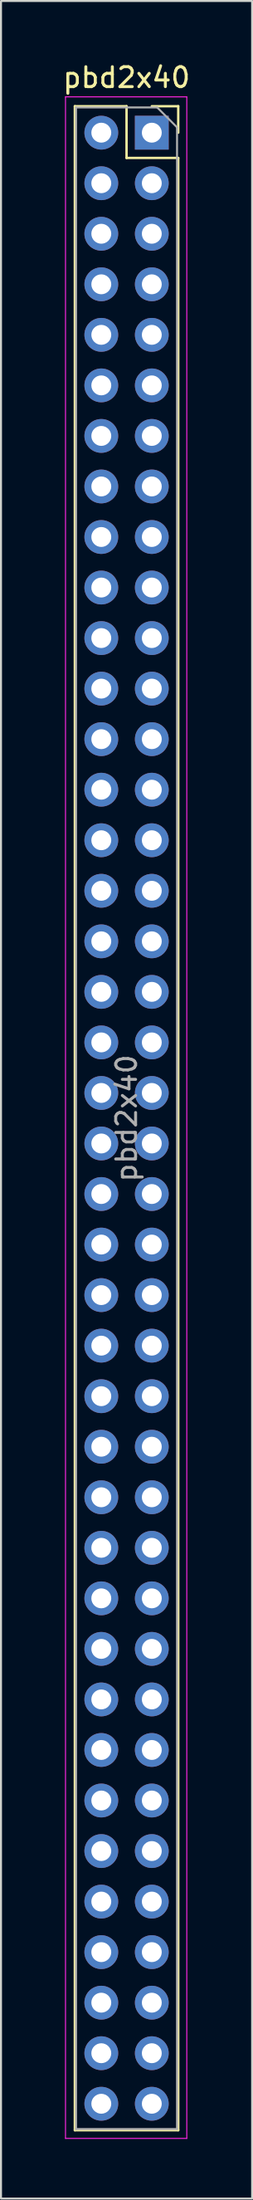
<source format=kicad_pcb>
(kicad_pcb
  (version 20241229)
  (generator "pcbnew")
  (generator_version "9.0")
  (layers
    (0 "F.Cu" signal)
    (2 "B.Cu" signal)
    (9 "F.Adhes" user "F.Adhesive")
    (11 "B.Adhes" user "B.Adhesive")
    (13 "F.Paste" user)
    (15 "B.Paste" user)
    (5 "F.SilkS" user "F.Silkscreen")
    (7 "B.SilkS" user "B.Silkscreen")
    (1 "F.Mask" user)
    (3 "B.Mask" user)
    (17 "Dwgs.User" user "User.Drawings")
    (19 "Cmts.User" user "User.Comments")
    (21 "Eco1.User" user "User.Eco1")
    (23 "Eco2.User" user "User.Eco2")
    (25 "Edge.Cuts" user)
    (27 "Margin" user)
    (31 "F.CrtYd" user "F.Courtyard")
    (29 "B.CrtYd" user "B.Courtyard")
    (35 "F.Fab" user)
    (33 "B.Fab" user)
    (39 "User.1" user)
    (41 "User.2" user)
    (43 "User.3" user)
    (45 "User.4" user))
  (footprint "pbd2x40"
    (layer "F.Cu")
    (at 4.585 3.618)
    (property "Reference" "pbd2x40" (at -1.27 -2.77 0) (layer "F.SilkS") (effects (font (size 1 1) (thickness 0.15))))
    (attr through_hole)
    (fp_line (start -3.87 -1.33) (end -3.87 100.39) (stroke (width 0.12) (type solid)) (layer "F.SilkS"))
    (fp_line (start -3.87 -1.33) (end -1.27 -1.33) (stroke (width 0.12) (type solid)) (layer "F.SilkS"))
    (fp_line (start -3.87 100.39) (end 1.33 100.39) (stroke (width 0.12) (type solid)) (layer "F.SilkS"))
    (fp_line (start -1.27 -1.33) (end -1.27 1.27) (stroke (width 0.12) (type solid)) (layer "F.SilkS"))
    (fp_line (start -1.27 1.27) (end 1.33 1.27) (stroke (width 0.12) (type solid)) (layer "F.SilkS"))
    (fp_line (start 0 -1.33) (end 1.33 -1.33) (stroke (width 0.12) (type solid)) (layer "F.SilkS"))
    (fp_line (start 1.33 -1.33) (end 1.33 0) (stroke (width 0.12) (type solid)) (layer "F.SilkS"))
    (fp_line (start 1.33 1.27) (end 1.33 100.39) (stroke (width 0.12) (type solid)) (layer "F.SilkS"))
    (fp_line (start -4.34 -1.8) (end 1.76 -1.8) (stroke (width 0.05) (type solid)) (layer "F.CrtYd"))
    (fp_line (start -4.34 100.8) (end -4.34 -1.8) (stroke (width 0.05) (type solid)) (layer "F.CrtYd"))
    (fp_line (start 1.76 -1.8) (end 1.76 100.8) (stroke (width 0.05) (type solid)) (layer "F.CrtYd"))
    (fp_line (start 1.76 100.8) (end -4.34 100.8) (stroke (width 0.05) (type solid)) (layer "F.CrtYd"))
    (fp_line (start -3.81 -1.27) (end 0.27 -1.27) (stroke (width 0.1) (type solid)) (layer "F.Fab"))
    (fp_line (start -3.81 100.33) (end -3.81 -1.27) (stroke (width 0.1) (type solid)) (layer "F.Fab"))
    (fp_line (start 0.27 -1.27) (end 1.27 -0.27) (stroke (width 0.1) (type solid)) (layer "F.Fab"))
    (fp_line (start 1.27 -0.27) (end 1.27 100.33) (stroke (width 0.1) (type solid)) (layer "F.Fab"))
    (fp_line (start 1.27 100.33) (end -3.81 100.33) (stroke (width 0.1) (type solid)) (layer "F.Fab"))
    (fp_text user "${REFERENCE}" (at -1.27 49.53 90) (layer "F.Fab") (effects (font (size 1 1) (thickness 0.15))))
    (pad "1" thru_hole rect (at 0 0) (size 1.7 1.7) (drill 1) (layers "*.Cu" "*.Mask"))
    (pad "2" thru_hole oval (at -2.54 0) (size 1.7 1.7) (drill 1) (layers "*.Cu" "*.Mask"))
    (pad "3" thru_hole oval (at 0 2.54) (size 1.7 1.7) (drill 1) (layers "*.Cu" "*.Mask"))
    (pad "4" thru_hole oval (at -2.54 2.54) (size 1.7 1.7) (drill 1) (layers "*.Cu" "*.Mask"))
    (pad "5" thru_hole oval (at 0 5.08) (size 1.7 1.7) (drill 1) (layers "*.Cu" "*.Mask"))
    (pad "6" thru_hole oval (at -2.54 5.08) (size 1.7 1.7) (drill 1) (layers "*.Cu" "*.Mask"))
    (pad "7" thru_hole oval (at 0 7.62) (size 1.7 1.7) (drill 1) (layers "*.Cu" "*.Mask"))
    (pad "8" thru_hole oval (at -2.54 7.62) (size 1.7 1.7) (drill 1) (layers "*.Cu" "*.Mask"))
    (pad "9" thru_hole oval (at 0 10.16) (size 1.7 1.7) (drill 1) (layers "*.Cu" "*.Mask"))
    (pad "10" thru_hole oval (at -2.54 10.16) (size 1.7 1.7) (drill 1) (layers "*.Cu" "*.Mask"))
    (pad "11" thru_hole oval (at 0 12.7) (size 1.7 1.7) (drill 1) (layers "*.Cu" "*.Mask"))
    (pad "12" thru_hole oval (at -2.54 12.7) (size 1.7 1.7) (drill 1) (layers "*.Cu" "*.Mask"))
    (pad "13" thru_hole oval (at 0 15.24) (size 1.7 1.7) (drill 1) (layers "*.Cu" "*.Mask"))
    (pad "14" thru_hole oval (at -2.54 15.24) (size 1.7 1.7) (drill 1) (layers "*.Cu" "*.Mask"))
    (pad "15" thru_hole oval (at 0 17.78) (size 1.7 1.7) (drill 1) (layers "*.Cu" "*.Mask"))
    (pad "16" thru_hole oval (at -2.54 17.78) (size 1.7 1.7) (drill 1) (layers "*.Cu" "*.Mask"))
    (pad "17" thru_hole oval (at 0 20.32) (size 1.7 1.7) (drill 1) (layers "*.Cu" "*.Mask"))
    (pad "18" thru_hole oval (at -2.54 20.32) (size 1.7 1.7) (drill 1) (layers "*.Cu" "*.Mask"))
    (pad "19" thru_hole oval (at 0 22.86) (size 1.7 1.7) (drill 1) (layers "*.Cu" "*.Mask"))
    (pad "20" thru_hole oval (at -2.54 22.86) (size 1.7 1.7) (drill 1) (layers "*.Cu" "*.Mask"))
    (pad "21" thru_hole oval (at 0 25.4) (size 1.7 1.7) (drill 1) (layers "*.Cu" "*.Mask"))
    (pad "22" thru_hole oval (at -2.54 25.4) (size 1.7 1.7) (drill 1) (layers "*.Cu" "*.Mask"))
    (pad "23" thru_hole oval (at 0 27.94) (size 1.7 1.7) (drill 1) (layers "*.Cu" "*.Mask"))
    (pad "24" thru_hole oval (at -2.54 27.94) (size 1.7 1.7) (drill 1) (layers "*.Cu" "*.Mask"))
    (pad "25" thru_hole oval (at 0 30.48) (size 1.7 1.7) (drill 1) (layers "*.Cu" "*.Mask"))
    (pad "26" thru_hole oval (at -2.54 30.48) (size 1.7 1.7) (drill 1) (layers "*.Cu" "*.Mask"))
    (pad "27" thru_hole oval (at 0 33.02) (size 1.7 1.7) (drill 1) (layers "*.Cu" "*.Mask"))
    (pad "28" thru_hole oval (at -2.54 33.02) (size 1.7 1.7) (drill 1) (layers "*.Cu" "*.Mask"))
    (pad "29" thru_hole oval (at 0 35.56) (size 1.7 1.7) (drill 1) (layers "*.Cu" "*.Mask"))
    (pad "30" thru_hole oval (at -2.54 35.56) (size 1.7 1.7) (drill 1) (layers "*.Cu" "*.Mask"))
    (pad "31" thru_hole oval (at 0 38.1) (size 1.7 1.7) (drill 1) (layers "*.Cu" "*.Mask"))
    (pad "32" thru_hole oval (at -2.54 38.1) (size 1.7 1.7) (drill 1) (layers "*.Cu" "*.Mask"))
    (pad "33" thru_hole oval (at 0 40.64) (size 1.7 1.7) (drill 1) (layers "*.Cu" "*.Mask"))
    (pad "34" thru_hole oval (at -2.54 40.64) (size 1.7 1.7) (drill 1) (layers "*.Cu" "*.Mask"))
    (pad "35" thru_hole oval (at 0 43.18) (size 1.7 1.7) (drill 1) (layers "*.Cu" "*.Mask"))
    (pad "36" thru_hole oval (at -2.54 43.18) (size 1.7 1.7) (drill 1) (layers "*.Cu" "*.Mask"))
    (pad "37" thru_hole oval (at 0 45.72) (size 1.7 1.7) (drill 1) (layers "*.Cu" "*.Mask"))
    (pad "38" thru_hole oval (at -2.54 45.72) (size 1.7 1.7) (drill 1) (layers "*.Cu" "*.Mask"))
    (pad "39" thru_hole oval (at 0 48.26) (size 1.7 1.7) (drill 1) (layers "*.Cu" "*.Mask"))
    (pad "40" thru_hole oval (at -2.54 48.26) (size 1.7 1.7) (drill 1) (layers "*.Cu" "*.Mask"))
    (pad "41" thru_hole oval (at 0 50.8) (size 1.7 1.7) (drill 1) (layers "*.Cu" "*.Mask"))
    (pad "42" thru_hole oval (at -2.54 50.8) (size 1.7 1.7) (drill 1) (layers "*.Cu" "*.Mask"))
    (pad "43" thru_hole oval (at 0 53.34) (size 1.7 1.7) (drill 1) (layers "*.Cu" "*.Mask"))
    (pad "44" thru_hole oval (at -2.54 53.34) (size 1.7 1.7) (drill 1) (layers "*.Cu" "*.Mask"))
    (pad "45" thru_hole oval (at 0 55.88) (size 1.7 1.7) (drill 1) (layers "*.Cu" "*.Mask"))
    (pad "46" thru_hole oval (at -2.54 55.88) (size 1.7 1.7) (drill 1) (layers "*.Cu" "*.Mask"))
    (pad "47" thru_hole oval (at 0 58.42) (size 1.7 1.7) (drill 1) (layers "*.Cu" "*.Mask"))
    (pad "48" thru_hole oval (at -2.54 58.42) (size 1.7 1.7) (drill 1) (layers "*.Cu" "*.Mask"))
    (pad "49" thru_hole oval (at 0 60.96) (size 1.7 1.7) (drill 1) (layers "*.Cu" "*.Mask"))
    (pad "50" thru_hole oval (at -2.54 60.96) (size 1.7 1.7) (drill 1) (layers "*.Cu" "*.Mask"))
    (pad "51" thru_hole oval (at 0 63.5) (size 1.7 1.7) (drill 1) (layers "*.Cu" "*.Mask"))
    (pad "52" thru_hole oval (at -2.54 63.5) (size 1.7 1.7) (drill 1) (layers "*.Cu" "*.Mask"))
    (pad "53" thru_hole oval (at 0 66.04) (size 1.7 1.7) (drill 1) (layers "*.Cu" "*.Mask"))
    (pad "54" thru_hole oval (at -2.54 66.04) (size 1.7 1.7) (drill 1) (layers "*.Cu" "*.Mask"))
    (pad "55" thru_hole oval (at 0 68.58) (size 1.7 1.7) (drill 1) (layers "*.Cu" "*.Mask"))
    (pad "56" thru_hole oval (at -2.54 68.58) (size 1.7 1.7) (drill 1) (layers "*.Cu" "*.Mask"))
    (pad "57" thru_hole oval (at 0 71.12) (size 1.7 1.7) (drill 1) (layers "*.Cu" "*.Mask"))
    (pad "58" thru_hole oval (at -2.54 71.12) (size 1.7 1.7) (drill 1) (layers "*.Cu" "*.Mask"))
    (pad "59" thru_hole oval (at 0 73.66) (size 1.7 1.7) (drill 1) (layers "*.Cu" "*.Mask"))
    (pad "60" thru_hole oval (at -2.54 73.66) (size 1.7 1.7) (drill 1) (layers "*.Cu" "*.Mask"))
    (pad "61" thru_hole oval (at 0 76.2) (size 1.7 1.7) (drill 1) (layers "*.Cu" "*.Mask"))
    (pad "62" thru_hole oval (at -2.54 76.2) (size 1.7 1.7) (drill 1) (layers "*.Cu" "*.Mask"))
    (pad "63" thru_hole oval (at 0 78.74) (size 1.7 1.7) (drill 1) (layers "*.Cu" "*.Mask"))
    (pad "64" thru_hole oval (at -2.54 78.74) (size 1.7 1.7) (drill 1) (layers "*.Cu" "*.Mask"))
    (pad "65" thru_hole oval (at 0 81.28) (size 1.7 1.7) (drill 1) (layers "*.Cu" "*.Mask"))
    (pad "66" thru_hole oval (at -2.54 81.28) (size 1.7 1.7) (drill 1) (layers "*.Cu" "*.Mask"))
    (pad "67" thru_hole oval (at 0 83.82) (size 1.7 1.7) (drill 1) (layers "*.Cu" "*.Mask"))
    (pad "68" thru_hole oval (at -2.54 83.82) (size 1.7 1.7) (drill 1) (layers "*.Cu" "*.Mask"))
    (pad "69" thru_hole oval (at 0 86.36) (size 1.7 1.7) (drill 1) (layers "*.Cu" "*.Mask"))
    (pad "70" thru_hole oval (at -2.54 86.36) (size 1.7 1.7) (drill 1) (layers "*.Cu" "*.Mask"))
    (pad "71" thru_hole oval (at 0 88.9) (size 1.7 1.7) (drill 1) (layers "*.Cu" "*.Mask"))
    (pad "72" thru_hole oval (at -2.54 88.9) (size 1.7 1.7) (drill 1) (layers "*.Cu" "*.Mask"))
    (pad "73" thru_hole oval (at 0 91.44) (size 1.7 1.7) (drill 1) (layers "*.Cu" "*.Mask"))
    (pad "74" thru_hole oval (at -2.54 91.44) (size 1.7 1.7) (drill 1) (layers "*.Cu" "*.Mask"))
    (pad "75" thru_hole oval (at 0 93.98) (size 1.7 1.7) (drill 1) (layers "*.Cu" "*.Mask"))
    (pad "76" thru_hole oval (at -2.54 93.98) (size 1.7 1.7) (drill 1) (layers "*.Cu" "*.Mask"))
    (pad "77" thru_hole oval (at 0 96.52) (size 1.7 1.7) (drill 1) (layers "*.Cu" "*.Mask"))
    (pad "78" thru_hole oval (at -2.54 96.52) (size 1.7 1.7) (drill 1) (layers "*.Cu" "*.Mask"))
    (pad "79" thru_hole oval (at 0 99.06) (size 1.7 1.7) (drill 1) (layers "*.Cu" "*.Mask"))
    (pad "80" thru_hole oval (at -2.54 99.06) (size 1.7 1.7) (drill 1) (layers "*.Cu" "*.Mask")))
  (gr_rect
    (start -3 -3)
    (end 9.631 107.443)
    (stroke (width 0.1) (type default))
    (fill no)
    (layer "Edge.Cuts")))
</source>
